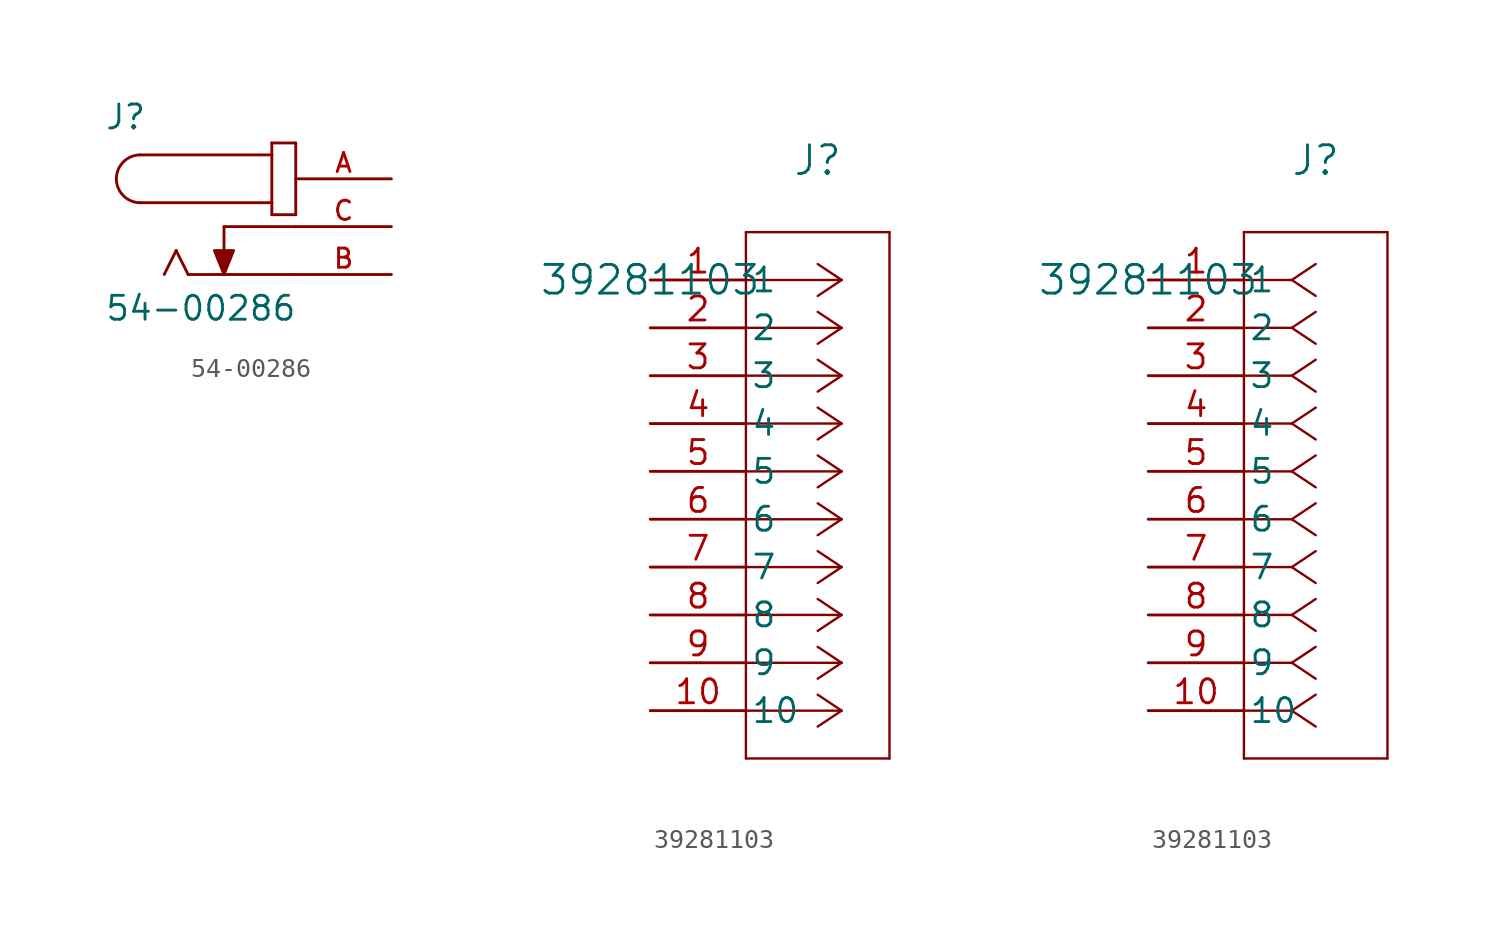
<source format=kicad_sym>
(kicad_symbol_lib
  (version 20231120)
  (generator "kicad_symbol_editor")
  (generator_version "8.0")
  (symbol "54-00286"
    (pin_names
      (offset 1.016))
    (property "Reference" "J"
      (at -10.16 5.08 0)
      (effects (font (size 1.27 1.27)) (justify left bottom)))
    (property "Value" "54-00286"
      (at -10.16 -5.08 0)
      (effects (font (size 1.27 1.27)) (justify left bottom)))
    (symbol "54-00286_0_0"
      (arc (start -8.255 3.81) (mid -9.5194 2.54) (end -8.255 1.27) (stroke (width 0.1524) (type default)) (fill (type none)))
      (polyline (pts (xy -8.255 3.81) (xy -1.27 3.81)) (stroke (width 0.152) (type default)) (fill (type none)))
      (polyline (pts (xy -6.35 -1.27) (xy -6.985 -2.54)) (stroke (width 0.152) (type default)) (fill (type none)))
      (polyline (pts (xy -5.715 -2.54) (xy -6.35 -1.27)) (stroke (width 0.152) (type default)) (fill (type none)))
      (polyline (pts (xy -3.81 0) (xy -3.81 -2.54)) (stroke (width 0.152) (type default)) (fill (type none)))
      (polyline (pts (xy -1.27 0.635) (xy 0 0.635)) (stroke (width 0.152) (type default)) (fill (type none)))
      (polyline (pts (xy -1.27 1.27) (xy -8.255 1.27)) (stroke (width 0.152) (type default)) (fill (type none)))
      (polyline (pts (xy -1.27 1.27) (xy -1.27 0.635)) (stroke (width 0.152) (type default)) (fill (type none)))
      (polyline (pts (xy -1.27 3.81) (xy -1.27 1.27)) (stroke (width 0.152) (type default)) (fill (type none)))
      (polyline (pts (xy -1.27 4.445) (xy -1.27 3.81)) (stroke (width 0.152) (type default)) (fill (type none)))
      (polyline (pts (xy 0 -2.54) (xy -5.715 -2.54)) (stroke (width 0.152) (type default)) (fill (type none)))
      (polyline (pts (xy 0 0) (xy -3.81 0)) (stroke (width 0.152) (type default)) (fill (type none)))
      (polyline (pts (xy 0 0.635) (xy 0 4.445)) (stroke (width 0.152) (type default)) (fill (type none)))
      (polyline (pts (xy 0 4.445) (xy -1.27 4.445)) (stroke (width 0.152) (type default)) (fill (type none)))
      (polyline (pts (xy -3.81 -2.54) (xy -4.318 -1.27) (xy -3.302 -1.27) (xy -3.81 -2.54)) (stroke (width 0.152) (type default)) (fill (type outline)))
      (pin passive line (at 5.08 2.54 180) (length 5.08) (name "~" (effects (font (size 1.016 1.016)))) (number "A" (effects (font (size 1.016 1.016)))))
      (pin passive line (at 5.08 -2.54 180) (length 5.08) (name "~" (effects (font (size 1.016 1.016)))) (number "B" (effects (font (size 1.016 1.016)))))
      (pin passive line (at 5.08 0 180) (length 5.08) (name "~" (effects (font (size 1.016 1.016)))) (number "C" (effects (font (size 1.016 1.016)))))))
  (symbol "39281103"
    (pin_names
      (offset 0.254))
    (property "Reference" "J"
      (at 8.89 6.35 0)
      (effects (font (size 1.524 1.524))))
    (property "Value" "39281103"
      (at 0 0 0)
      (effects (font (size 1.524 1.524))))
    (symbol "39281103_1_1"
      (polyline (pts (xy 5.08 -25.4) (xy 12.7 -25.4)) (stroke (width 0.127) (type default)) (fill (type none)))
      (polyline (pts (xy 5.08 2.54) (xy 5.08 -25.4)) (stroke (width 0.127) (type default)) (fill (type none)))
      (polyline (pts (xy 10.16 -22.86) (xy 5.08 -22.86)) (stroke (width 0.127) (type default)) (fill (type none)))
      (polyline (pts (xy 10.16 -22.86) (xy 8.89 -23.707)) (stroke (width 0.127) (type default)) (fill (type none)))
      (polyline (pts (xy 10.16 -22.86) (xy 8.89 -22.013)) (stroke (width 0.127) (type default)) (fill (type none)))
      (polyline (pts (xy 10.16 -20.32) (xy 5.08 -20.32)) (stroke (width 0.127) (type default)) (fill (type none)))
      (polyline (pts (xy 10.16 -20.32) (xy 8.89 -21.167)) (stroke (width 0.127) (type default)) (fill (type none)))
      (polyline (pts (xy 10.16 -20.32) (xy 8.89 -19.473)) (stroke (width 0.127) (type default)) (fill (type none)))
      (polyline (pts (xy 10.16 -17.78) (xy 5.08 -17.78)) (stroke (width 0.127) (type default)) (fill (type none)))
      (polyline (pts (xy 10.16 -17.78) (xy 8.89 -18.627)) (stroke (width 0.127) (type default)) (fill (type none)))
      (polyline (pts (xy 10.16 -17.78) (xy 8.89 -16.933)) (stroke (width 0.127) (type default)) (fill (type none)))
      (polyline (pts (xy 10.16 -15.24) (xy 5.08 -15.24)) (stroke (width 0.127) (type default)) (fill (type none)))
      (polyline (pts (xy 10.16 -15.24) (xy 8.89 -16.087)) (stroke (width 0.127) (type default)) (fill (type none)))
      (polyline (pts (xy 10.16 -15.24) (xy 8.89 -14.393)) (stroke (width 0.127) (type default)) (fill (type none)))
      (polyline (pts (xy 10.16 -12.7) (xy 5.08 -12.7)) (stroke (width 0.127) (type default)) (fill (type none)))
      (polyline (pts (xy 10.16 -12.7) (xy 8.89 -13.547)) (stroke (width 0.127) (type default)) (fill (type none)))
      (polyline (pts (xy 10.16 -12.7) (xy 8.89 -11.853)) (stroke (width 0.127) (type default)) (fill (type none)))
      (polyline (pts (xy 10.16 -10.16) (xy 5.08 -10.16)) (stroke (width 0.127) (type default)) (fill (type none)))
      (polyline (pts (xy 10.16 -10.16) (xy 8.89 -11.007)) (stroke (width 0.127) (type default)) (fill (type none)))
      (polyline (pts (xy 10.16 -10.16) (xy 8.89 -9.313)) (stroke (width 0.127) (type default)) (fill (type none)))
      (polyline (pts (xy 10.16 -7.62) (xy 5.08 -7.62)) (stroke (width 0.127) (type default)) (fill (type none)))
      (polyline (pts (xy 10.16 -7.62) (xy 8.89 -8.467)) (stroke (width 0.127) (type default)) (fill (type none)))
      (polyline (pts (xy 10.16 -7.62) (xy 8.89 -6.773)) (stroke (width 0.127) (type default)) (fill (type none)))
      (polyline (pts (xy 10.16 -5.08) (xy 5.08 -5.08)) (stroke (width 0.127) (type default)) (fill (type none)))
      (polyline (pts (xy 10.16 -5.08) (xy 8.89 -5.927)) (stroke (width 0.127) (type default)) (fill (type none)))
      (polyline (pts (xy 10.16 -5.08) (xy 8.89 -4.233)) (stroke (width 0.127) (type default)) (fill (type none)))
      (polyline (pts (xy 10.16 -2.54) (xy 5.08 -2.54)) (stroke (width 0.127) (type default)) (fill (type none)))
      (polyline (pts (xy 10.16 -2.54) (xy 8.89 -3.387)) (stroke (width 0.127) (type default)) (fill (type none)))
      (polyline (pts (xy 10.16 -2.54) (xy 8.89 -1.693)) (stroke (width 0.127) (type default)) (fill (type none)))
      (polyline (pts (xy 10.16 0) (xy 5.08 0)) (stroke (width 0.127) (type default)) (fill (type none)))
      (polyline (pts (xy 10.16 0) (xy 8.89 -0.847)) (stroke (width 0.127) (type default)) (fill (type none)))
      (polyline (pts (xy 10.16 0) (xy 8.89 0.847)) (stroke (width 0.127) (type default)) (fill (type none)))
      (polyline (pts (xy 12.7 -25.4) (xy 12.7 2.54)) (stroke (width 0.127) (type default)) (fill (type none)))
      (polyline (pts (xy 12.7 2.54) (xy 5.08 2.54)) (stroke (width 0.127) (type default)) (fill (type none)))
      (pin unspecified line (at 0 0 0) (length 5.08) (name "1" (effects (font (size 1.27 1.27)))) (number "1" (effects (font (size 1.27 1.27)))))
      (pin unspecified line (at 0 -22.86 0) (length 5.08) (name "10" (effects (font (size 1.27 1.27)))) (number "10" (effects (font (size 1.27 1.27)))))
      (pin unspecified line (at 0 -2.54 0) (length 5.08) (name "2" (effects (font (size 1.27 1.27)))) (number "2" (effects (font (size 1.27 1.27)))))
      (pin unspecified line (at 0 -5.08 0) (length 5.08) (name "3" (effects (font (size 1.27 1.27)))) (number "3" (effects (font (size 1.27 1.27)))))
      (pin unspecified line (at 0 -7.62 0) (length 5.08) (name "4" (effects (font (size 1.27 1.27)))) (number "4" (effects (font (size 1.27 1.27)))))
      (pin unspecified line (at 0 -10.16 0) (length 5.08) (name "5" (effects (font (size 1.27 1.27)))) (number "5" (effects (font (size 1.27 1.27)))))
      (pin unspecified line (at 0 -12.7 0) (length 5.08) (name "6" (effects (font (size 1.27 1.27)))) (number "6" (effects (font (size 1.27 1.27)))))
      (pin unspecified line (at 0 -15.24 0) (length 5.08) (name "7" (effects (font (size 1.27 1.27)))) (number "7" (effects (font (size 1.27 1.27)))))
      (pin unspecified line (at 0 -17.78 0) (length 5.08) (name "8" (effects (font (size 1.27 1.27)))) (number "8" (effects (font (size 1.27 1.27)))))
      (pin unspecified line (at 0 -20.32 0) (length 5.08) (name "9" (effects (font (size 1.27 1.27)))) (number "9" (effects (font (size 1.27 1.27))))))
    (symbol "39281103_1_2"
      (polyline (pts (xy 5.08 -25.4) (xy 12.7 -25.4)) (stroke (width 0.127) (type default)) (fill (type none)))
      (polyline (pts (xy 5.08 2.54) (xy 5.08 -25.4)) (stroke (width 0.127) (type default)) (fill (type none)))
      (polyline (pts (xy 7.62 -22.86) (xy 5.08 -22.86)) (stroke (width 0.127) (type default)) (fill (type none)))
      (polyline (pts (xy 7.62 -22.86) (xy 8.89 -23.707)) (stroke (width 0.127) (type default)) (fill (type none)))
      (polyline (pts (xy 7.62 -22.86) (xy 8.89 -22.013)) (stroke (width 0.127) (type default)) (fill (type none)))
      (polyline (pts (xy 7.62 -20.32) (xy 5.08 -20.32)) (stroke (width 0.127) (type default)) (fill (type none)))
      (polyline (pts (xy 7.62 -20.32) (xy 8.89 -21.167)) (stroke (width 0.127) (type default)) (fill (type none)))
      (polyline (pts (xy 7.62 -20.32) (xy 8.89 -19.473)) (stroke (width 0.127) (type default)) (fill (type none)))
      (polyline (pts (xy 7.62 -17.78) (xy 5.08 -17.78)) (stroke (width 0.127) (type default)) (fill (type none)))
      (polyline (pts (xy 7.62 -17.78) (xy 8.89 -18.627)) (stroke (width 0.127) (type default)) (fill (type none)))
      (polyline (pts (xy 7.62 -17.78) (xy 8.89 -16.933)) (stroke (width 0.127) (type default)) (fill (type none)))
      (polyline (pts (xy 7.62 -15.24) (xy 5.08 -15.24)) (stroke (width 0.127) (type default)) (fill (type none)))
      (polyline (pts (xy 7.62 -15.24) (xy 8.89 -16.087)) (stroke (width 0.127) (type default)) (fill (type none)))
      (polyline (pts (xy 7.62 -15.24) (xy 8.89 -14.393)) (stroke (width 0.127) (type default)) (fill (type none)))
      (polyline (pts (xy 7.62 -12.7) (xy 5.08 -12.7)) (stroke (width 0.127) (type default)) (fill (type none)))
      (polyline (pts (xy 7.62 -12.7) (xy 8.89 -13.547)) (stroke (width 0.127) (type default)) (fill (type none)))
      (polyline (pts (xy 7.62 -12.7) (xy 8.89 -11.853)) (stroke (width 0.127) (type default)) (fill (type none)))
      (polyline (pts (xy 7.62 -10.16) (xy 5.08 -10.16)) (stroke (width 0.127) (type default)) (fill (type none)))
      (polyline (pts (xy 7.62 -10.16) (xy 8.89 -11.007)) (stroke (width 0.127) (type default)) (fill (type none)))
      (polyline (pts (xy 7.62 -10.16) (xy 8.89 -9.313)) (stroke (width 0.127) (type default)) (fill (type none)))
      (polyline (pts (xy 7.62 -7.62) (xy 5.08 -7.62)) (stroke (width 0.127) (type default)) (fill (type none)))
      (polyline (pts (xy 7.62 -7.62) (xy 8.89 -8.467)) (stroke (width 0.127) (type default)) (fill (type none)))
      (polyline (pts (xy 7.62 -7.62) (xy 8.89 -6.773)) (stroke (width 0.127) (type default)) (fill (type none)))
      (polyline (pts (xy 7.62 -5.08) (xy 5.08 -5.08)) (stroke (width 0.127) (type default)) (fill (type none)))
      (polyline (pts (xy 7.62 -5.08) (xy 8.89 -5.927)) (stroke (width 0.127) (type default)) (fill (type none)))
      (polyline (pts (xy 7.62 -5.08) (xy 8.89 -4.233)) (stroke (width 0.127) (type default)) (fill (type none)))
      (polyline (pts (xy 7.62 -2.54) (xy 5.08 -2.54)) (stroke (width 0.127) (type default)) (fill (type none)))
      (polyline (pts (xy 7.62 -2.54) (xy 8.89 -3.387)) (stroke (width 0.127) (type default)) (fill (type none)))
      (polyline (pts (xy 7.62 -2.54) (xy 8.89 -1.693)) (stroke (width 0.127) (type default)) (fill (type none)))
      (polyline (pts (xy 7.62 0) (xy 5.08 0)) (stroke (width 0.127) (type default)) (fill (type none)))
      (polyline (pts (xy 7.62 0) (xy 8.89 -0.847)) (stroke (width 0.127) (type default)) (fill (type none)))
      (polyline (pts (xy 7.62 0) (xy 8.89 0.847)) (stroke (width 0.127) (type default)) (fill (type none)))
      (polyline (pts (xy 12.7 -25.4) (xy 12.7 2.54)) (stroke (width 0.127) (type default)) (fill (type none)))
      (polyline (pts (xy 12.7 2.54) (xy 5.08 2.54)) (stroke (width 0.127) (type default)) (fill (type none)))
      (pin unspecified line (at 0 0 0) (length 5.08) (name "1" (effects (font (size 1.27 1.27)))) (number "1" (effects (font (size 1.27 1.27)))))
      (pin unspecified line (at 0 -22.86 0) (length 5.08) (name "10" (effects (font (size 1.27 1.27)))) (number "10" (effects (font (size 1.27 1.27)))))
      (pin unspecified line (at 0 -2.54 0) (length 5.08) (name "2" (effects (font (size 1.27 1.27)))) (number "2" (effects (font (size 1.27 1.27)))))
      (pin unspecified line (at 0 -5.08 0) (length 5.08) (name "3" (effects (font (size 1.27 1.27)))) (number "3" (effects (font (size 1.27 1.27)))))
      (pin unspecified line (at 0 -7.62 0) (length 5.08) (name "4" (effects (font (size 1.27 1.27)))) (number "4" (effects (font (size 1.27 1.27)))))
      (pin unspecified line (at 0 -10.16 0) (length 5.08) (name "5" (effects (font (size 1.27 1.27)))) (number "5" (effects (font (size 1.27 1.27)))))
      (pin unspecified line (at 0 -12.7 0) (length 5.08) (name "6" (effects (font (size 1.27 1.27)))) (number "6" (effects (font (size 1.27 1.27)))))
      (pin unspecified line (at 0 -15.24 0) (length 5.08) (name "7" (effects (font (size 1.27 1.27)))) (number "7" (effects (font (size 1.27 1.27)))))
      (pin unspecified line (at 0 -17.78 0) (length 5.08) (name "8" (effects (font (size 1.27 1.27)))) (number "8" (effects (font (size 1.27 1.27)))))
      (pin unspecified line (at 0 -20.32 0) (length 5.08) (name "9" (effects (font (size 1.27 1.27)))) (number "9" (effects (font (size 1.27 1.27))))))))
</source>
